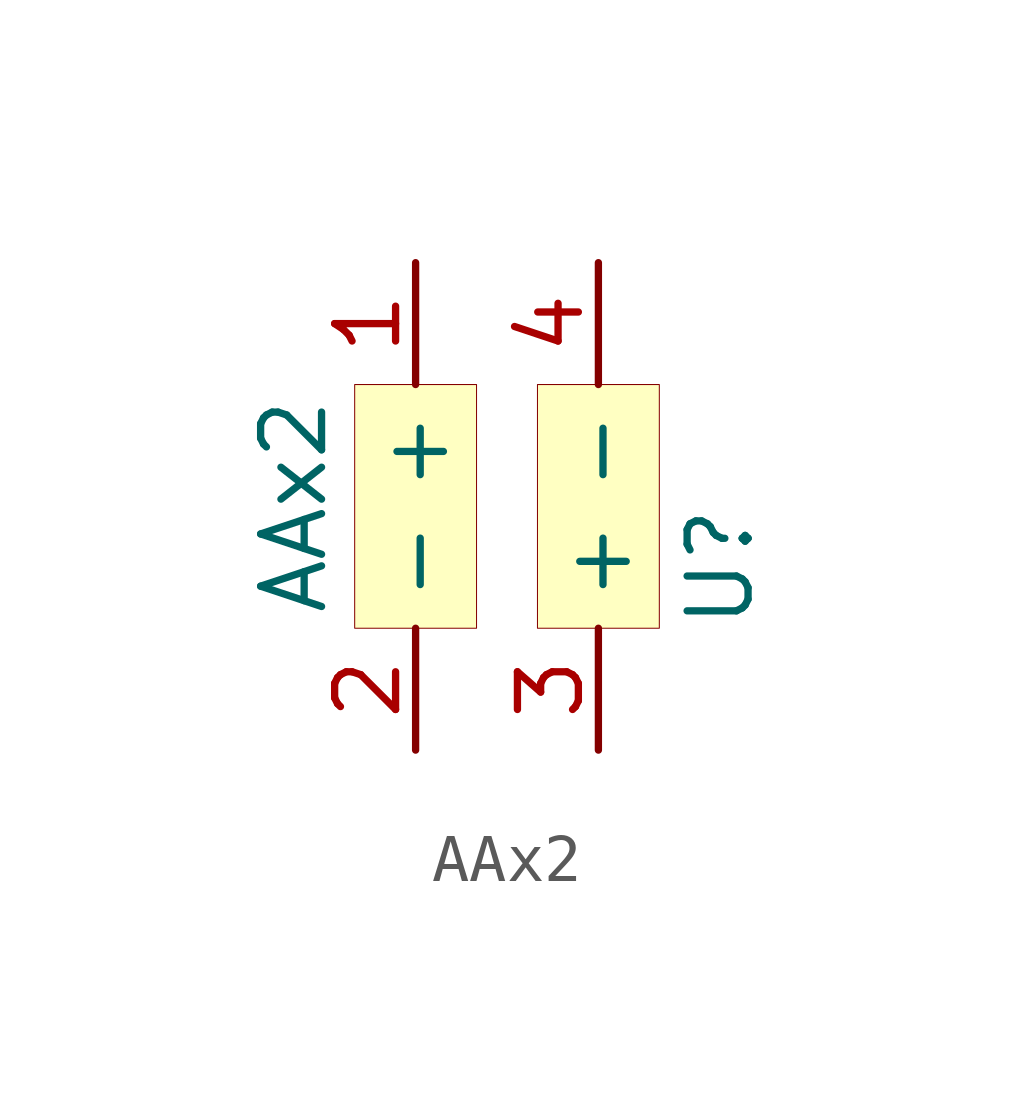
<source format=kicad_sym>
(kicad_symbol_lib
  (version 20201005)
  (generator kicad_symbol_editor)
  (symbol "BadgePirates:AAx2"
    (property "Reference" "U"
      (at 6.35 1.27 90)
      (effects (font (size 1.27 1.27))))
    (property "Value" "AAx2"
      (at -2.54 2.54 90)
      (effects (font (size 1.27 1.27))))
    (symbol "AAx2_0_1"
      (rectangle (start -1.27 5.08) (end 1.27 0) (stroke (width 0.001)) (fill (type background)))
      (rectangle (start 2.54 5.08) (end 5.08 0) (stroke (width 0.001)) (fill (type background))))
    (symbol "AAx2_1_1"
      (pin input line (at 0 7.62 270) (length 2.54) (name "+" (effects (font (size 1.27 1.27)))) (number "1" (effects (font (size 1.27 1.27)))))
      (pin input line (at 0 -2.54 90) (length 2.54) (name "-" (effects (font (size 1.27 1.27)))) (number "2" (effects (font (size 1.27 1.27)))))
      (pin input line (at 3.81 -2.54 90) (length 2.54) (name "+" (effects (font (size 1.27 1.27)))) (number "3" (effects (font (size 1.27 1.27)))))
      (pin input line (at 3.81 7.62 270) (length 2.54) (name "-" (effects (font (size 1.27 1.27)))) (number "4" (effects (font (size 1.27 1.27))))))))
</source>
